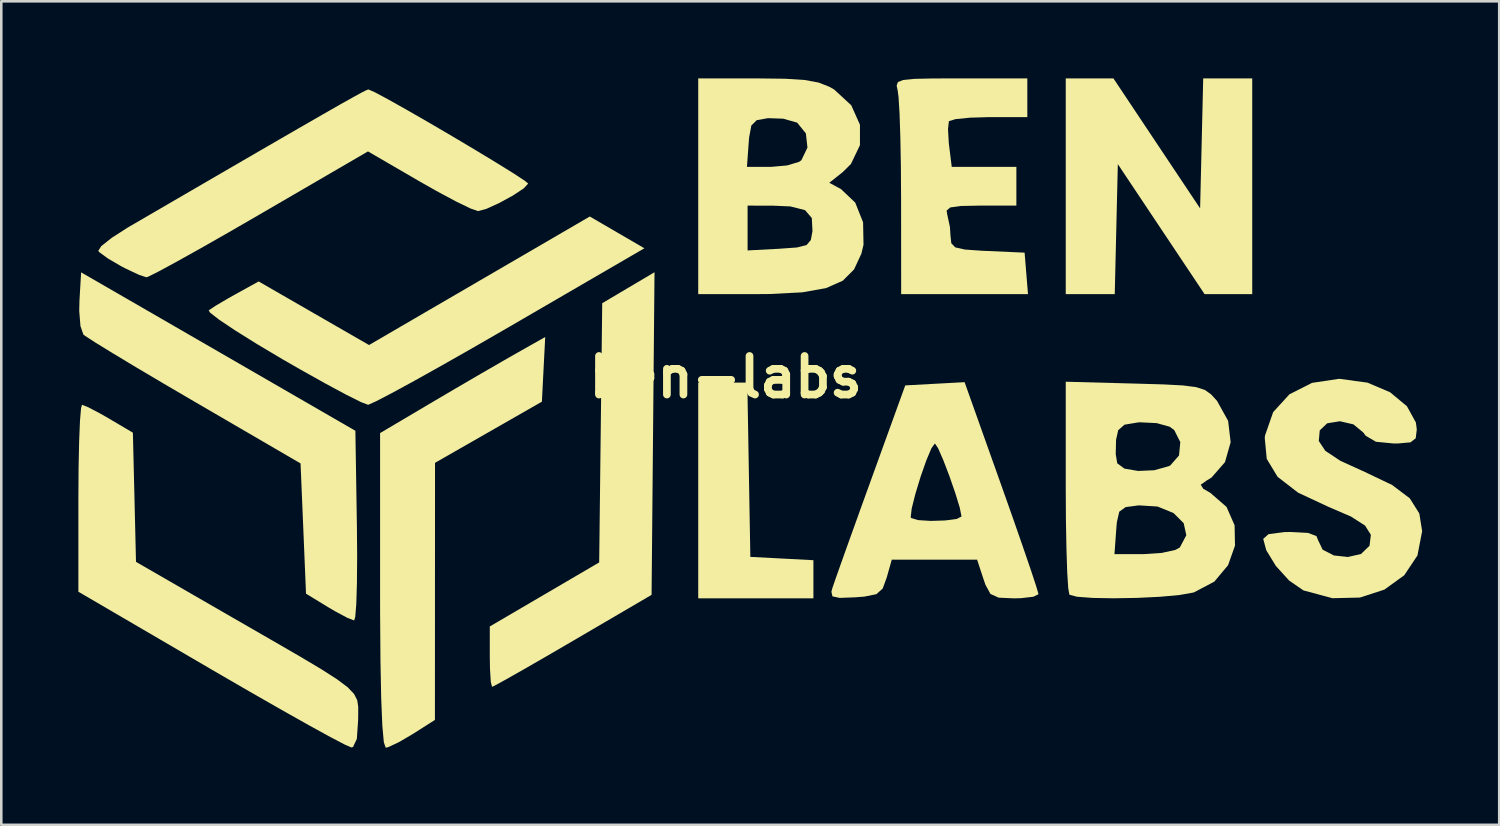
<source format=kicad_pcb>
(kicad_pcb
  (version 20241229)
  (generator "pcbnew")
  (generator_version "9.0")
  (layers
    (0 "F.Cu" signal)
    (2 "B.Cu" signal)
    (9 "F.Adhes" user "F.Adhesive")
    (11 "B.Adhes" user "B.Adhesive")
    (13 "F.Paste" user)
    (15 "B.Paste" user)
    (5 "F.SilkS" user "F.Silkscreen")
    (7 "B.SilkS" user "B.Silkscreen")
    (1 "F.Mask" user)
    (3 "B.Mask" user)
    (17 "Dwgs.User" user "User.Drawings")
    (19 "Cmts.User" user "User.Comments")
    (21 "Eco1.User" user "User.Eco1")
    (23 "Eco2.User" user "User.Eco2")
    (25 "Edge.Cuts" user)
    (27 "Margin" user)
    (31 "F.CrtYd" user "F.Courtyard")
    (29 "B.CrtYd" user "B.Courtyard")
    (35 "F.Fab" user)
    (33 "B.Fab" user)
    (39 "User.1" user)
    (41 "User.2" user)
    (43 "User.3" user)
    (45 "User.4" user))
  (footprint "ben-labs"
    (layer "F.Cu")
    (at 25.187 11.624)
    (property "Reference" "ben-labs" (at 0 0 0) (layer "F.SilkS") (effects (font (size 1.5 1.5) (thickness 0.3))))
    (attr board_only exclude_from_pos_files exclude_from_bom)
    (fp_poly (pts (xy 0.902 3.606) (xy 0.961 6.996) (xy 2.188 7.06) (xy 3.415 7.125) (xy 3.415 7.868) (xy 3.415 8.61) (xy 1.174 8.61) (xy -1.067 8.61) (xy -1.067 4.413) (xy -1.067 0.215) (xy -0.112 0.215) (xy 0.843 0.215)) (stroke (width 0) (type solid)) (fill yes) (layer "F.SilkS"))
    (fp_poly (pts (xy -2.825 2.196) (xy -2.882 8.473) (xy -5.942 10.264) (xy -6.966 10.86) (xy -7.855 11.372) (xy -8.546 11.764) (xy -8.977 12) (xy -9.09 12.054) (xy -9.139 11.86) (xy -9.17 11.358) (xy -9.178 10.879) (xy -9.178 9.703) (xy -7.049 8.457) (xy -4.921 7.211) (xy -4.862 2.167) (xy -4.803 -2.876) (xy -3.785 -3.479) (xy -2.768 -4.081)) (stroke (width 0) (type solid)) (fill yes) (layer "F.SilkS"))
    (fp_poly (pts (xy 16.776 -9.094) (xy 18.463 -6.565) (xy 18.523 -9.094) (xy 18.583 -11.624) (xy 19.537 -11.624) (xy 20.491 -11.624) (xy 20.491 -7.426) (xy 20.491 -3.229) (xy 19.563 -3.229) (xy 18.636 -3.229) (xy 16.948 -5.758) (xy 15.261 -8.287) (xy 15.201 -5.758) (xy 15.141 -3.229) (xy 14.187 -3.229) (xy 13.234 -3.229) (xy 13.234 -7.426) (xy 13.234 -11.624) (xy 14.161 -11.624) (xy 15.089 -11.624)) (stroke (width 0) (type solid)) (fill yes) (layer "F.SilkS"))
    (fp_poly (pts (xy -7.086 -0.303) (xy -7.15 0.956) (xy -9.23 2.146) (xy -11.309 3.336) (xy -11.311 8.338) (xy -11.313 13.34) (xy -12.162 13.881) (xy -12.711 14.203) (xy -13.125 14.397) (xy -13.229 14.422) (xy -13.301 14.208) (xy -13.359 13.571) (xy -13.403 12.518) (xy -13.432 11.057) (xy -13.446 9.194) (xy -13.447 8.3) (xy -13.447 2.178) (xy -11.473 1.01) (xy -10.49 0.431) (xy -9.486 -0.154) (xy -8.616 -0.656) (xy -8.26 -0.86) (xy -7.021 -1.561)) (stroke (width 0) (type solid)) (fill yes) (layer "F.SilkS"))
    (fp_poly (pts (xy -19.744 -0.994) (xy -14.408 2.089) (xy -14.349 5.78) (xy -14.339 6.986) (xy -14.348 8.027) (xy -14.373 8.833) (xy -14.414 9.335) (xy -14.456 9.47) (xy -14.723 9.367) (xy -15.209 9.106) (xy -15.475 8.949) (xy -16.329 8.428) (xy -16.435 5.894) (xy -16.542 3.359) (xy -20.658 0.962) (xy -21.864 0.256) (xy -22.951 -0.388) (xy -23.861 -0.936) (xy -24.539 -1.353) (xy -24.927 -1.605) (xy -24.992 -1.655) (xy -25.106 -1.984) (xy -25.154 -2.577) (xy -25.145 -2.976) (xy -25.08 -4.076)) (stroke (width 0) (type solid)) (fill yes) (layer "F.SilkS"))
    (fp_poly (pts (xy -4.225 -5.631) (xy -3.163 -5.013) (xy -8.4 -1.968) (xy -9.764 -1.181) (xy -11.016 -0.469) (xy -12.105 0.14) (xy -12.982 0.618) (xy -13.597 0.938) (xy -13.901 1.074) (xy -13.917 1.076) (xy -14.189 0.973) (xy -14.759 0.688) (xy -15.562 0.257) (xy -16.527 -0.283) (xy -17.236 -0.69) (xy -18.238 -1.286) (xy -19.081 -1.813) (xy -19.709 -2.233) (xy -20.063 -2.509) (xy -20.116 -2.597) (xy -19.846 -2.777) (xy -19.345 -3.072) (xy -19.065 -3.229) (xy -18.172 -3.722) (xy -16.025 -2.485) (xy -13.877 -1.248) (xy -9.582 -3.749) (xy -5.287 -6.249)) (stroke (width 0) (type solid)) (fill yes) (layer "F.SilkS"))
    (fp_poly (pts (xy -24.794 1.177) (xy -24.31 1.433) (xy -23.985 1.62) (xy -23.066 2.163) (xy -23.005 4.676) (xy -22.945 7.19) (xy -19.196 9.353) (xy -17.725 10.2) (xy -16.581 10.862) (xy -15.723 11.373) (xy -15.111 11.766) (xy -14.703 12.074) (xy -14.459 12.331) (xy -14.337 12.571) (xy -14.297 12.825) (xy -14.298 13.129) (xy -14.301 13.351) (xy -14.351 14.078) (xy -14.501 14.395) (xy -14.568 14.411) (xy -14.815 14.303) (xy -15.382 14.006) (xy -16.217 13.547) (xy -17.271 12.954) (xy -18.495 12.254) (xy -19.838 11.476) (xy -20.011 11.375) (xy -25.187 8.352) (xy -25.187 4.714) (xy -25.179 3.517) (xy -25.157 2.486) (xy -25.124 1.69) (xy -25.082 1.201) (xy -25.045 1.076)) (stroke (width 0) (type solid)) (fill yes) (layer "F.SilkS"))
    (fp_poly (pts (xy 11.739 -10.87) (xy 11.739 -10.117) (xy 10.258 -10.117) (xy 9.509 -10.095) (xy 8.947 -10.039) (xy 8.689 -9.959) (xy 8.687 -9.956) (xy 8.653 -9.654) (xy 8.683 -9.114) (xy 8.698 -8.987) (xy 8.798 -8.18) (xy 10.055 -8.18) (xy 11.313 -8.18) (xy 11.313 -7.426) (xy 11.313 -6.673) (xy 9.902 -6.673) (xy 9.147 -6.659) (xy 8.738 -6.601) (xy 8.598 -6.48) (xy 8.622 -6.332) (xy 8.727 -5.844) (xy 8.751 -5.481) (xy 8.781 -5.209) (xy 8.934 -5.049) (xy 9.303 -4.964) (xy 9.984 -4.916) (xy 10.192 -4.907) (xy 11.633 -4.843) (xy 11.699 -4.036) (xy 11.765 -3.229) (xy 9.298 -3.229) (xy 6.83 -3.229) (xy 6.827 -6.942) (xy 6.819 -8.196) (xy 6.798 -9.328) (xy 6.767 -10.255) (xy 6.728 -10.896) (xy 6.696 -11.139) (xy 6.654 -11.343) (xy 6.703 -11.479) (xy 6.908 -11.562) (xy 7.338 -11.605) (xy 8.06 -11.621) (xy 9.14 -11.624) (xy 9.153 -11.624) (xy 11.739 -11.624)) (stroke (width 0) (type solid)) (fill yes) (layer "F.SilkS"))
    (fp_poly (pts (xy -13.665 -11.091) (xy -13.144 -10.813) (xy -12.415 -10.403) (xy -11.55 -9.906) (xy -10.625 -9.364) (xy -9.714 -8.822) (xy -8.89 -8.323) (xy -8.229 -7.912) (xy -7.804 -7.632) (xy -7.684 -7.53) (xy -7.857 -7.343) (xy -8.281 -7.064) (xy -8.814 -6.773) (xy -9.315 -6.545) (xy -9.634 -6.459) (xy -9.93 -6.562) (xy -10.503 -6.84) (xy -11.263 -7.248) (xy -11.921 -7.621) (xy -13.918 -8.782) (xy -18.134 -6.329) (xy -19.35 -5.626) (xy -20.446 -5.002) (xy -21.366 -4.489) (xy -22.056 -4.115) (xy -22.461 -3.912) (xy -22.541 -3.884) (xy -22.836 -3.983) (xy -23.34 -4.22) (xy -23.519 -4.313) (xy -24.037 -4.615) (xy -24.371 -4.86) (xy -24.414 -4.91) (xy -24.298 -5.095) (xy -23.891 -5.418) (xy -23.277 -5.813) (xy -23.201 -5.858) (xy -21.072 -7.096) (xy -19.285 -8.135) (xy -17.811 -8.99) (xy -16.622 -9.678) (xy -15.69 -10.214) (xy -14.987 -10.616) (xy -14.484 -10.898) (xy -14.154 -11.078) (xy -13.968 -11.17) (xy -13.902 -11.193)) (stroke (width 0) (type solid)) (fill yes) (layer "F.SilkS"))
    (fp_poly (pts (xy 10.738 4.242) (xy 11.178 5.485) (xy 11.562 6.589) (xy 11.871 7.491) (xy 12.081 8.128) (xy 12.171 8.434) (xy 12.172 8.449) (xy 11.978 8.546) (xy 11.494 8.603) (xy 11.222 8.61) (xy 10.625 8.583) (xy 10.304 8.438) (xy 10.109 8.08) (xy 10.032 7.857) (xy 9.785 7.103) (xy 8.125 7.103) (xy 6.465 7.103) (xy 6.267 7.803) (xy 6.11 8.229) (xy 5.866 8.447) (xy 5.396 8.542) (xy 5.044 8.569) (xy 4.434 8.592) (xy 4.156 8.532) (xy 4.115 8.352) (xy 4.151 8.216) (xy 4.264 7.886) (xy 4.498 7.224) (xy 4.827 6.303) (xy 5.136 5.446) (xy 7.201 5.446) (xy 7.215 5.482) (xy 7.488 5.565) (xy 7.983 5.596) (xy 8.537 5.579) (xy 8.989 5.521) (xy 9.178 5.424) (xy 9.178 5.423) (xy 9.111 5.085) (xy 8.94 4.525) (xy 8.712 3.867) (xy 8.473 3.24) (xy 8.268 2.77) (xy 8.144 2.583) (xy 8.143 2.583) (xy 8.007 2.77) (xy 7.807 3.246) (xy 7.585 3.88) (xy 7.383 4.544) (xy 7.241 5.109) (xy 7.201 5.446) (xy 5.136 5.446) (xy 5.225 5.196) (xy 5.636 4.06) (xy 6.989 0.323) (xy 8.144 0.26) (xy 9.298 0.197)) (stroke (width 0) (type solid)) (fill yes) (layer "F.SilkS"))
    (fp_poly (pts (xy 1.227 -11.623) (xy 2.316 -11.61) (xy 3.079 -11.561) (xy 3.619 -11.461) (xy 4.036 -11.297) (xy 4.221 -11.192) (xy 4.887 -10.578) (xy 5.226 -9.821) (xy 5.226 -9.025) (xy 4.876 -8.294) (xy 4.561 -7.981) (xy 4.033 -7.561) (xy 4.489 -7.315) (xy 5.042 -6.791) (xy 5.348 -6.024) (xy 5.365 -5.15) (xy 5.281 -4.801) (xy 4.997 -4.19) (xy 4.56 -3.753) (xy 3.908 -3.463) (xy 2.979 -3.298) (xy 1.709 -3.233) (xy 1.227 -3.229) (xy -1.067 -3.229) (xy -1.067 -5.801) (xy 0.854 -5.801) (xy 0.854 -4.929) (xy 2.081 -4.994) (xy 2.774 -5.044) (xy 3.149 -5.138) (xy 3.315 -5.335) (xy 3.379 -5.681) (xy 3.353 -6.19) (xy 3.09 -6.496) (xy 2.523 -6.641) (xy 1.868 -6.67) (xy 0.854 -6.673) (xy 0.854 -5.801) (xy -1.067 -5.801) (xy -1.067 -7.426) (xy -1.067 -8.18) (xy 0.829 -8.18) (xy 1.759 -8.18) (xy 2.392 -8.236) (xy 2.857 -8.376) (xy 2.946 -8.438) (xy 3.183 -8.931) (xy 3.122 -9.483) (xy 2.788 -9.894) (xy 2.765 -9.907) (xy 2.239 -10.056) (xy 1.644 -10.076) (xy 1.211 -9.998) (xy 1 -9.79) (xy 0.913 -9.322) (xy 0.895 -9.094) (xy 0.829 -8.18) (xy -1.067 -8.18) (xy -1.067 -11.624)) (stroke (width 0) (type solid)) (fill yes) (layer "F.SilkS"))
    (fp_poly (pts (xy 24.974 0.215) (xy 25.854 0.589) (xy 26.511 1.134) (xy 26.86 1.769) (xy 26.894 2.035) (xy 26.853 2.38) (xy 26.65 2.539) (xy 26.17 2.582) (xy 25.985 2.583) (xy 25.305 2.516) (xy 24.907 2.283) (xy 24.809 2.153) (xy 24.427 1.839) (xy 23.902 1.718) (xy 23.407 1.798) (xy 23.118 2.074) (xy 23.081 2.486) (xy 23.334 2.868) (xy 23.92 3.258) (xy 24.876 3.693) (xy 25.934 4.198) (xy 26.622 4.717) (xy 26.993 5.308) (xy 27.103 5.994) (xy 26.92 6.941) (xy 26.406 7.711) (xy 25.635 8.269) (xy 24.68 8.579) (xy 23.613 8.604) (xy 22.508 8.308) (xy 22.469 8.291) (xy 21.928 7.918) (xy 21.412 7.351) (xy 21.038 6.739) (xy 20.918 6.296) (xy 21.124 6.111) (xy 21.743 6.031) (xy 21.985 6.027) (xy 22.661 6.063) (xy 22.989 6.186) (xy 23.052 6.342) (xy 23.23 6.715) (xy 23.667 6.94) (xy 24.214 7) (xy 24.723 6.883) (xy 25.047 6.571) (xy 25.058 6.546) (xy 25.107 6.137) (xy 24.882 5.779) (xy 24.333 5.426) (xy 23.465 5.053) (xy 22.272 4.495) (xy 21.478 3.881) (xy 21.055 3.181) (xy 20.978 2.365) (xy 20.989 2.271) (xy 21.305 1.363) (xy 21.939 0.669) (xy 22.819 0.224) (xy 23.875 0.066)) (stroke (width 0) (type solid)) (fill yes) (layer "F.SilkS"))
    (fp_poly (pts (xy 15.921 0.252) (xy 17.035 0.284) (xy 17.806 0.325) (xy 18.316 0.392) (xy 18.649 0.501) (xy 18.887 0.67) (xy 19.115 0.918) (xy 19.122 0.927) (xy 19.553 1.702) (xy 19.651 2.534) (xy 19.431 3.309) (xy 18.908 3.908) (xy 18.722 4.022) (xy 18.487 4.187) (xy 18.585 4.344) (xy 18.858 4.503) (xy 19.491 5.051) (xy 19.805 5.768) (xy 19.82 6.557) (xy 19.551 7.319) (xy 19.016 7.958) (xy 18.231 8.373) (xy 18.187 8.386) (xy 17.657 8.48) (xy 16.892 8.549) (xy 16.001 8.592) (xy 15.094 8.607) (xy 14.281 8.593) (xy 13.672 8.547) (xy 13.377 8.468) (xy 13.376 8.467) (xy 13.331 8.216) (xy 13.292 7.604) (xy 13.268 6.888) (xy 15.13 6.888) (xy 16.274 6.888) (xy 16.966 6.842) (xy 17.497 6.726) (xy 17.673 6.63) (xy 17.926 6.153) (xy 17.823 5.684) (xy 17.428 5.29) (xy 16.808 5.037) (xy 16.078 4.991) (xy 15.564 5.059) (xy 15.317 5.237) (xy 15.222 5.653) (xy 15.196 5.973) (xy 15.13 6.888) (xy 13.268 6.888) (xy 13.262 6.701) (xy 13.241 5.575) (xy 13.234 4.296) (xy 13.234 4.252) (xy 13.234 2.998) (xy 15.179 2.998) (xy 15.239 3.355) (xy 15.518 3.561) (xy 16.051 3.652) (xy 16.678 3.624) (xy 17.24 3.468) (xy 17.303 3.436) (xy 17.642 3.049) (xy 17.692 2.53) (xy 17.457 2.064) (xy 17.28 1.932) (xy 16.774 1.791) (xy 16.122 1.759) (xy 16.053 1.763) (xy 15.519 1.852) (xy 15.275 2.068) (xy 15.192 2.44) (xy 15.179 2.998) (xy 13.234 2.998) (xy 13.234 0.18)) (stroke (width 0) (type solid)) (fill yes) (layer "F.SilkS")))
  (gr_rect
    (start -3 -3)
    (end 55.289 29.046)
    (stroke (width 0.1) (type default))
    (fill no)
    (layer "Edge.Cuts")))
</source>
